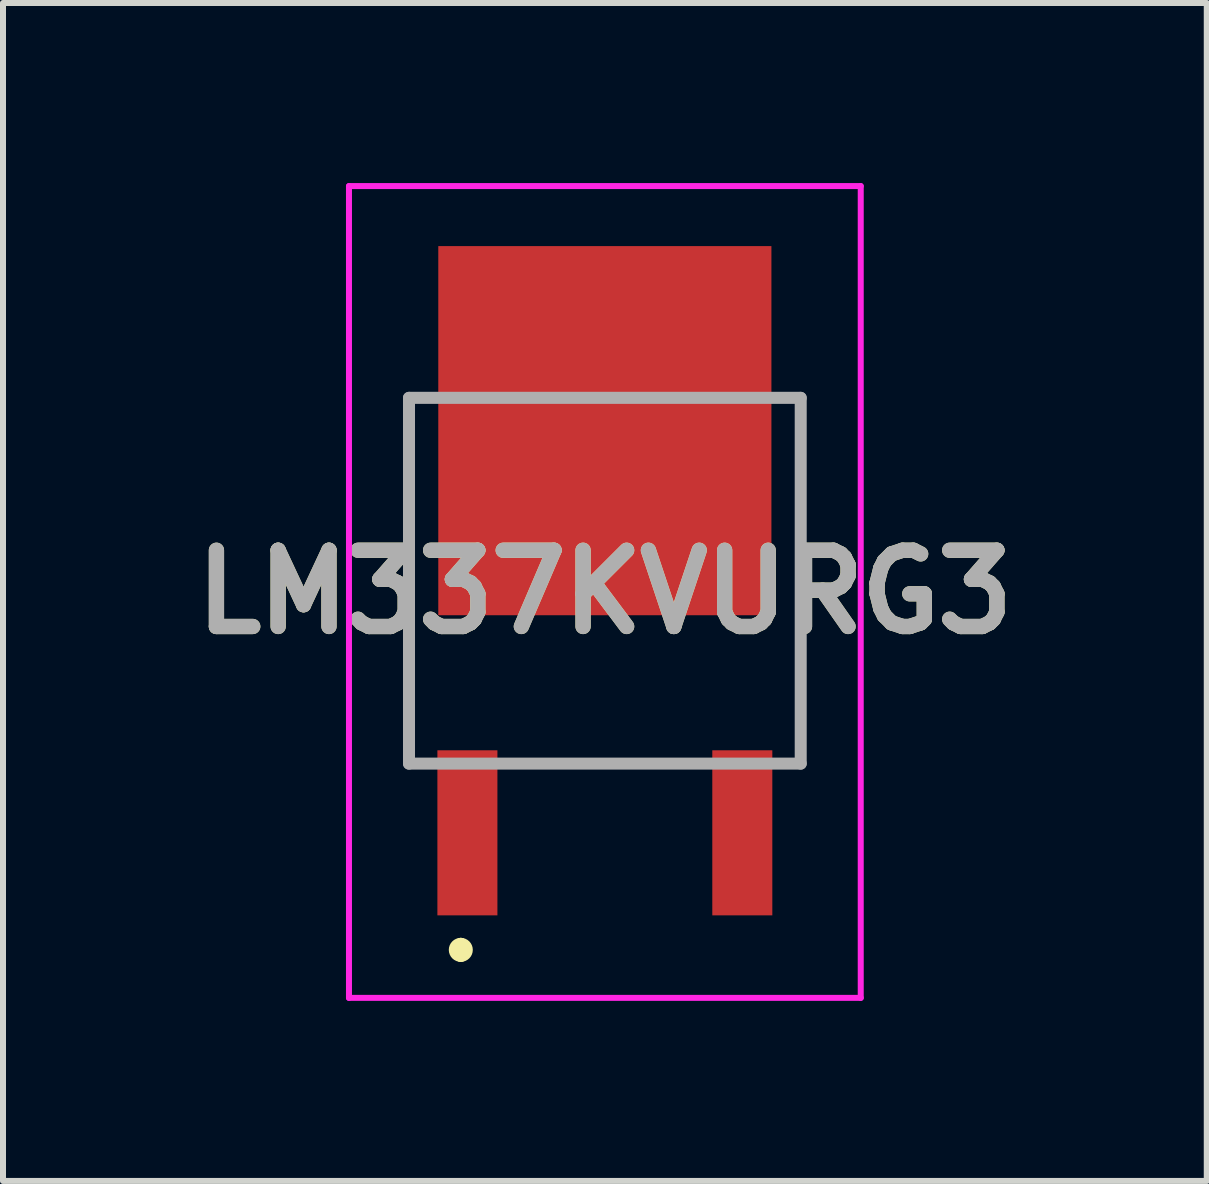
<source format=kicad_pcb>
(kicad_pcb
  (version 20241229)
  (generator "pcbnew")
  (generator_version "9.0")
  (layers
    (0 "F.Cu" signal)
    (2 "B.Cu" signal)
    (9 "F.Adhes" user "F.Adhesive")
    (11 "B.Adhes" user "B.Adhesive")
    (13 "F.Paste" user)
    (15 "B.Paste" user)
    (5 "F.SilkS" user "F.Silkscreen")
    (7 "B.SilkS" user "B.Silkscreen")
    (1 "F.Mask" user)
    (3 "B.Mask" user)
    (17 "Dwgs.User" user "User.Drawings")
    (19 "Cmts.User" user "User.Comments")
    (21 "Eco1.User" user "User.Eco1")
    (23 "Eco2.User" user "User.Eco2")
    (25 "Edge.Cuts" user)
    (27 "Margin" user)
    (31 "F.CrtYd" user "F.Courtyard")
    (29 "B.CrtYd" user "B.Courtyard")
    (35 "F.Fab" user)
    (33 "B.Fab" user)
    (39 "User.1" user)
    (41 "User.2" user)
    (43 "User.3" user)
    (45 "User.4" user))
  (footprint "LM337KVURG3"
    (layer "F.Cu")
    (at 7.027 6.625)
    (property "Reference" "LM337KVURG3" (at 0 0.188 0) (layer "F.SilkS") (effects (font (size 1.27 1.27) (thickness 0.254))))
    (attr smd)
    (fp_line (start -3.263 -2.197) (end -3.263 3.047) (stroke (width 0.1) (type solid)) (layer "F.SilkS"))
    (fp_line (start -2.4 6.05) (end -2.4 6.05) (stroke (width 0.2) (type solid)) (layer "F.SilkS"))
    (fp_line (start -2.4 6.25) (end -2.4 6.25) (stroke (width 0.2) (type solid)) (layer "F.SilkS"))
    (fp_line (start -1 3.047) (end 1 3.047) (stroke (width 0.1) (type solid)) (layer "F.SilkS"))
    (fp_line (start 3.263 -2.15) (end 3.263 3.047) (stroke (width 0.1) (type solid)) (layer "F.SilkS"))
    (fp_arc (start -2.4 6.05) (mid -2.3 6.15) (end -2.4 6.25) (stroke (width 0.2) (type solid)) (layer "F.SilkS"))
    (fp_arc (start -2.4 6.25) (mid -2.5 6.15) (end -2.4 6.05) (stroke (width 0.2) (type solid)) (layer "F.SilkS"))
    (fp_line (start -4.263 -6.575) (end 4.263 -6.575) (stroke (width 0.1) (type solid)) (layer "F.CrtYd"))
    (fp_line (start -4.263 6.95) (end -4.263 -6.575) (stroke (width 0.1) (type solid)) (layer "F.CrtYd"))
    (fp_line (start 4.263 -6.575) (end 4.263 6.95) (stroke (width 0.1) (type solid)) (layer "F.CrtYd"))
    (fp_line (start 4.263 6.95) (end -4.263 6.95) (stroke (width 0.1) (type solid)) (layer "F.CrtYd"))
    (fp_line (start -3.263 -3.047) (end 3.263 -3.047) (stroke (width 0.2) (type solid)) (layer "F.Fab"))
    (fp_line (start -3.263 3.047) (end -3.263 -3.047) (stroke (width 0.2) (type solid)) (layer "F.Fab"))
    (fp_line (start 3.263 -3.047) (end 3.263 3.047) (stroke (width 0.2) (type solid)) (layer "F.Fab"))
    (fp_line (start 3.263 3.047) (end -3.263 3.047) (stroke (width 0.2) (type solid)) (layer "F.Fab"))
    (fp_text user "${REFERENCE}" (at 0 0.188 0) (layer "F.Fab") (effects (font (size 1.27 1.27) (thickness 0.254))))
    (pad "1" smd rect (at -2.29 4.2) (size 1 2.75) (layers "F.Cu" "F.Mask" "F.Paste"))
    (pad "2" smd rect (at 0 -2.5) (size 5.55 6.15) (layers "F.Cu" "F.Mask" "F.Paste"))
    (pad "3" smd rect (at 2.29 4.2) (size 1 2.75) (layers "F.Cu" "F.Mask" "F.Paste")))
  (gr_rect
    (start -3 -3)
    (end 17.055 16.625)
    (stroke (width 0.1) (type default))
    (fill no)
    (layer "Edge.Cuts")))
</source>
